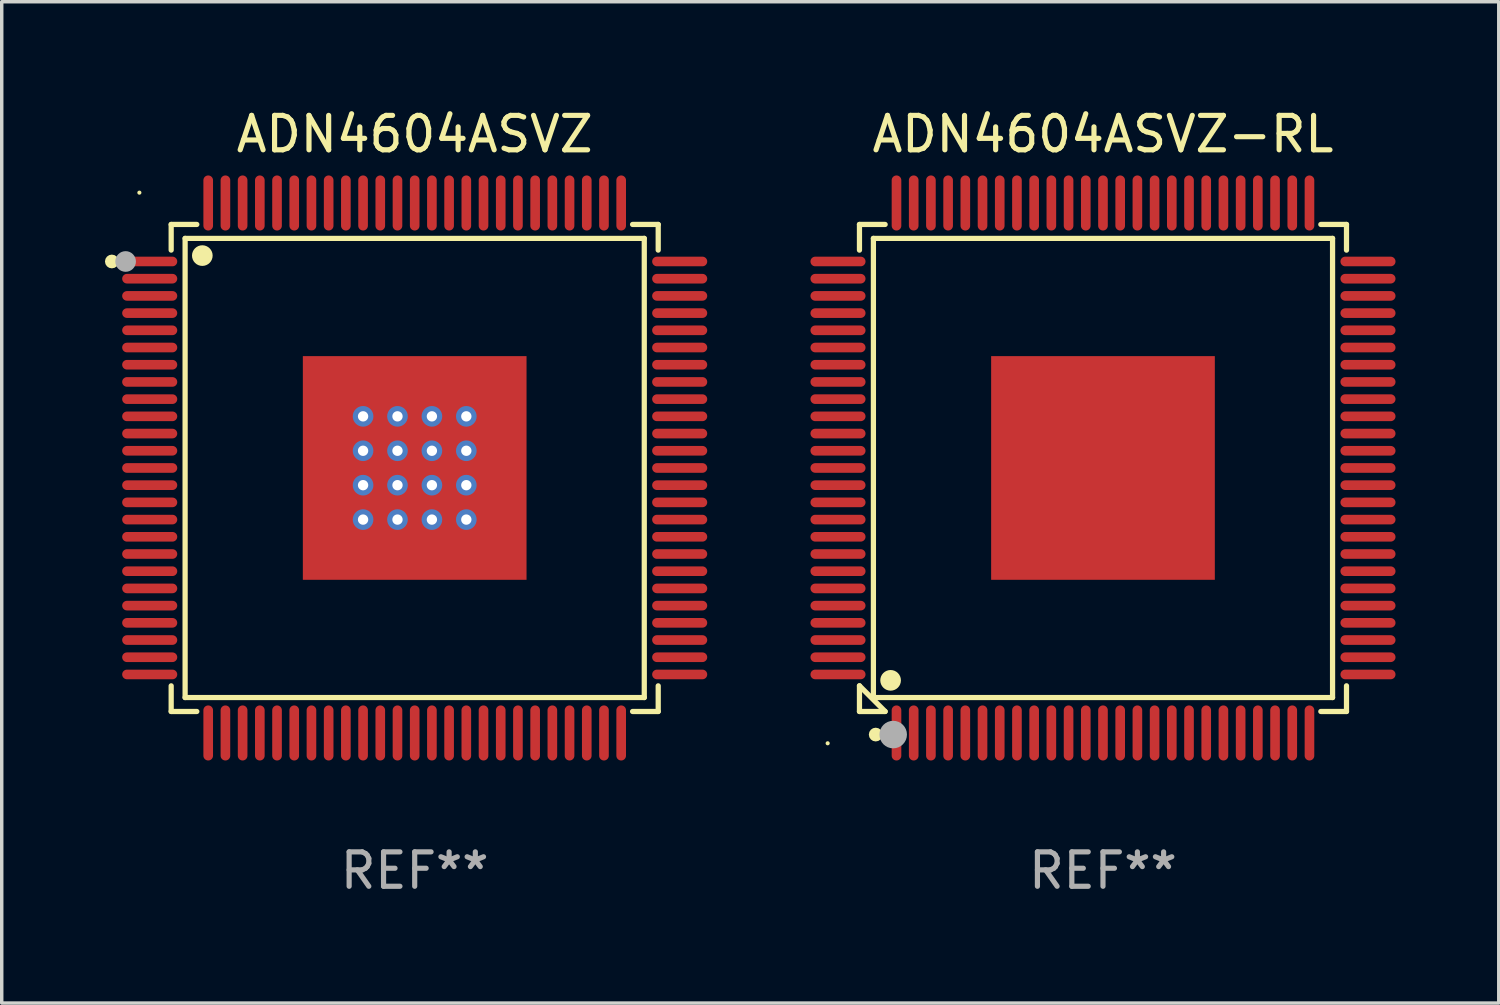
<source format=kicad_pcb>
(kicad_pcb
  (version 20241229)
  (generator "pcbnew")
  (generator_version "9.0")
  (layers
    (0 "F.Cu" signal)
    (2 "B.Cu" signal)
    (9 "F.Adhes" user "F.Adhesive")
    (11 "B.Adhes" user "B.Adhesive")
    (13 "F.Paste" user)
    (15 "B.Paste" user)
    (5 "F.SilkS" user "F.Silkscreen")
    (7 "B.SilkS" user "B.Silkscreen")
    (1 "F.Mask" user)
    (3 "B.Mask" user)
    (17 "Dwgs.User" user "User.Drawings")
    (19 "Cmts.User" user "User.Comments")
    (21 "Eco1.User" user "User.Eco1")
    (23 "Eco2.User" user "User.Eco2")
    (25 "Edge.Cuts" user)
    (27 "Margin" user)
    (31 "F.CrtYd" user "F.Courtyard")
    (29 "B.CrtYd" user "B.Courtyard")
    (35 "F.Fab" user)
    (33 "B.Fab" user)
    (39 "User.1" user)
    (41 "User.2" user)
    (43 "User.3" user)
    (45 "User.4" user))
  (footprint "ADN4604ASVZ-RL"
    (layer "F.Cu")
    (at 29 10.548)
    (property "Reference" "ADN4604ASVZ-RL" (at 0 -9.7 0) (layer "F.SilkS") (effects (font (size 1 1) (thickness 0.15))))
    (attr through_hole)
    (fp_line (start -7.076 -7.076) (end -6.33 -7.076) (stroke (width 0.152) (type solid)) (layer "F.SilkS"))
    (fp_line (start -7.076 -6.33) (end -7.076 -7.076) (stroke (width 0.152) (type solid)) (layer "F.SilkS"))
    (fp_line (start -7.076 6.33) (end -7.076 7.076) (stroke (width 0.152) (type solid)) (layer "F.SilkS"))
    (fp_line (start -7.076 7.076) (end -6.33 7.076) (stroke (width 0.152) (type solid)) (layer "F.SilkS"))
    (fp_line (start -6.671 -6.671) (end 6.671 -6.671) (stroke (width 0.152) (type solid)) (layer "F.SilkS"))
    (fp_line (start -6.671 6.671) (end -6.671 -6.671) (stroke (width 0.152) (type solid)) (layer "F.SilkS"))
    (fp_line (start -6.33 7.076) (end -7.076 6.33) (stroke (width 0.152) (type solid)) (layer "F.SilkS"))
    (fp_line (start 6.671 -6.671) (end 6.671 6.671) (stroke (width 0.152) (type solid)) (layer "F.SilkS"))
    (fp_line (start 6.671 6.671) (end -6.671 6.671) (stroke (width 0.152) (type solid)) (layer "F.SilkS"))
    (fp_line (start 7.076 -7.076) (end 6.33 -7.076) (stroke (width 0.152) (type solid)) (layer "F.SilkS"))
    (fp_line (start 7.076 -6.33) (end 7.076 -7.076) (stroke (width 0.152) (type solid)) (layer "F.SilkS"))
    (fp_line (start 7.076 6.33) (end 7.076 7.076) (stroke (width 0.152) (type solid)) (layer "F.SilkS"))
    (fp_line (start 7.076 7.076) (end 6.33 7.076) (stroke (width 0.152) (type solid)) (layer "F.SilkS"))
    (fp_circle (center -8 8) (end -7.97 8) (stroke (width 0.06) (type solid)) (fill no) (layer "F.SilkS"))
    (fp_circle (center -6.604 7.747) (end -6.504 7.747) (stroke (width 0.2) (type solid)) (fill no) (layer "F.SilkS"))
    (fp_circle (center -6.171 6.171) (end -6.021 6.171) (stroke (width 0.3) (type solid)) (fill no) (layer "F.SilkS"))
    (fp_circle (center -6.096 7.747) (end -5.896 7.747) (stroke (width 0.4) (type solid)) (fill no) (layer "F.Fab"))
    (fp_text user "REF**" (at 0 11.7 0) (layer "F.Fab") (effects (font (size 1 1) (thickness 0.15))))
    (pad "1" smd oval (at -6 7.7) (size 0.28 1.6) (layers "F.Cu" "F.Mask" "F.Paste"))
    (pad "2" smd oval (at -5.5 7.7) (size 0.28 1.6) (layers "F.Cu" "F.Mask" "F.Paste"))
    (pad "3" smd oval (at -5 7.7) (size 0.28 1.6) (layers "F.Cu" "F.Mask" "F.Paste"))
    (pad "4" smd oval (at -4.5 7.7) (size 0.28 1.6) (layers "F.Cu" "F.Mask" "F.Paste"))
    (pad "5" smd oval (at -4 7.7) (size 0.28 1.6) (layers "F.Cu" "F.Mask" "F.Paste"))
    (pad "6" smd oval (at -3.5 7.7) (size 0.28 1.6) (layers "F.Cu" "F.Mask" "F.Paste"))
    (pad "7" smd oval (at -3 7.7) (size 0.28 1.6) (layers "F.Cu" "F.Mask" "F.Paste"))
    (pad "8" smd oval (at -2.5 7.7) (size 0.28 1.6) (layers "F.Cu" "F.Mask" "F.Paste"))
    (pad "9" smd oval (at -2 7.7) (size 0.28 1.6) (layers "F.Cu" "F.Mask" "F.Paste"))
    (pad "10" smd oval (at -1.5 7.7) (size 0.28 1.6) (layers "F.Cu" "F.Mask" "F.Paste"))
    (pad "11" smd oval (at -1 7.7) (size 0.28 1.6) (layers "F.Cu" "F.Mask" "F.Paste"))
    (pad "12" smd oval (at -0.5 7.7) (size 0.28 1.6) (layers "F.Cu" "F.Mask" "F.Paste"))
    (pad "13" smd oval (at 0 7.7) (size 0.28 1.6) (layers "F.Cu" "F.Mask" "F.Paste"))
    (pad "14" smd oval (at 0.5 7.7) (size 0.28 1.6) (layers "F.Cu" "F.Mask" "F.Paste"))
    (pad "15" smd oval (at 1 7.7) (size 0.28 1.6) (layers "F.Cu" "F.Mask" "F.Paste"))
    (pad "16" smd oval (at 1.5 7.7) (size 0.28 1.6) (layers "F.Cu" "F.Mask" "F.Paste"))
    (pad "17" smd oval (at 2 7.7) (size 0.28 1.6) (layers "F.Cu" "F.Mask" "F.Paste"))
    (pad "18" smd oval (at 2.5 7.7) (size 0.28 1.6) (layers "F.Cu" "F.Mask" "F.Paste"))
    (pad "19" smd oval (at 3 7.7) (size 0.28 1.6) (layers "F.Cu" "F.Mask" "F.Paste"))
    (pad "20" smd oval (at 3.5 7.7) (size 0.28 1.6) (layers "F.Cu" "F.Mask" "F.Paste"))
    (pad "21" smd oval (at 4 7.7) (size 0.28 1.6) (layers "F.Cu" "F.Mask" "F.Paste"))
    (pad "22" smd oval (at 4.5 7.7) (size 0.28 1.6) (layers "F.Cu" "F.Mask" "F.Paste"))
    (pad "23" smd oval (at 5 7.7) (size 0.28 1.6) (layers "F.Cu" "F.Mask" "F.Paste"))
    (pad "24" smd oval (at 5.5 7.7) (size 0.28 1.6) (layers "F.Cu" "F.Mask" "F.Paste"))
    (pad "25" smd oval (at 6 7.7) (size 0.28 1.6) (layers "F.Cu" "F.Mask" "F.Paste"))
    (pad "26" smd oval (at 7.7 6) (size 1.6 0.28) (layers "F.Cu" "F.Mask" "F.Paste"))
    (pad "27" smd oval (at 7.7 5.5) (size 1.6 0.28) (layers "F.Cu" "F.Mask" "F.Paste"))
    (pad "28" smd oval (at 7.7 5) (size 1.6 0.28) (layers "F.Cu" "F.Mask" "F.Paste"))
    (pad "29" smd oval (at 7.7 4.5) (size 1.6 0.28) (layers "F.Cu" "F.Mask" "F.Paste"))
    (pad "30" smd oval (at 7.7 4) (size 1.6 0.28) (layers "F.Cu" "F.Mask" "F.Paste"))
    (pad "31" smd oval (at 7.7 3.5) (size 1.6 0.28) (layers "F.Cu" "F.Mask" "F.Paste"))
    (pad "32" smd oval (at 7.7 3) (size 1.6 0.28) (layers "F.Cu" "F.Mask" "F.Paste"))
    (pad "33" smd oval (at 7.7 2.5) (size 1.6 0.28) (layers "F.Cu" "F.Mask" "F.Paste"))
    (pad "34" smd oval (at 7.7 2) (size 1.6 0.28) (layers "F.Cu" "F.Mask" "F.Paste"))
    (pad "35" smd oval (at 7.7 1.5) (size 1.6 0.28) (layers "F.Cu" "F.Mask" "F.Paste"))
    (pad "36" smd oval (at 7.7 1) (size 1.6 0.28) (layers "F.Cu" "F.Mask" "F.Paste"))
    (pad "37" smd oval (at 7.7 0.5) (size 1.6 0.28) (layers "F.Cu" "F.Mask" "F.Paste"))
    (pad "38" smd oval (at 7.7 0) (size 1.6 0.28) (layers "F.Cu" "F.Mask" "F.Paste"))
    (pad "39" smd oval (at 7.7 -0.5) (size 1.6 0.28) (layers "F.Cu" "F.Mask" "F.Paste"))
    (pad "40" smd oval (at 7.7 -1) (size 1.6 0.28) (layers "F.Cu" "F.Mask" "F.Paste"))
    (pad "41" smd oval (at 7.7 -1.5) (size 1.6 0.28) (layers "F.Cu" "F.Mask" "F.Paste"))
    (pad "42" smd oval (at 7.7 -2) (size 1.6 0.28) (layers "F.Cu" "F.Mask" "F.Paste"))
    (pad "43" smd oval (at 7.7 -2.5) (size 1.6 0.28) (layers "F.Cu" "F.Mask" "F.Paste"))
    (pad "44" smd oval (at 7.7 -3) (size 1.6 0.28) (layers "F.Cu" "F.Mask" "F.Paste"))
    (pad "45" smd oval (at 7.7 -3.5) (size 1.6 0.28) (layers "F.Cu" "F.Mask" "F.Paste"))
    (pad "46" smd oval (at 7.7 -4) (size 1.6 0.28) (layers "F.Cu" "F.Mask" "F.Paste"))
    (pad "47" smd oval (at 7.7 -4.5) (size 1.6 0.28) (layers "F.Cu" "F.Mask" "F.Paste"))
    (pad "48" smd oval (at 7.7 -5) (size 1.6 0.28) (layers "F.Cu" "F.Mask" "F.Paste"))
    (pad "49" smd oval (at 7.7 -5.5) (size 1.6 0.28) (layers "F.Cu" "F.Mask" "F.Paste"))
    (pad "50" smd oval (at 7.7 -6) (size 1.6 0.28) (layers "F.Cu" "F.Mask" "F.Paste"))
    (pad "51" smd oval (at 6 -7.7) (size 0.28 1.6) (layers "F.Cu" "F.Mask" "F.Paste"))
    (pad "52" smd oval (at 5.5 -7.7) (size 0.28 1.6) (layers "F.Cu" "F.Mask" "F.Paste"))
    (pad "53" smd oval (at 5 -7.7) (size 0.28 1.6) (layers "F.Cu" "F.Mask" "F.Paste"))
    (pad "54" smd oval (at 4.5 -7.7) (size 0.28 1.6) (layers "F.Cu" "F.Mask" "F.Paste"))
    (pad "55" smd oval (at 4 -7.7) (size 0.28 1.6) (layers "F.Cu" "F.Mask" "F.Paste"))
    (pad "56" smd oval (at 3.5 -7.7) (size 0.28 1.6) (layers "F.Cu" "F.Mask" "F.Paste"))
    (pad "57" smd oval (at 3 -7.7) (size 0.28 1.6) (layers "F.Cu" "F.Mask" "F.Paste"))
    (pad "58" smd oval (at 2.5 -7.7) (size 0.28 1.6) (layers "F.Cu" "F.Mask" "F.Paste"))
    (pad "59" smd oval (at 2 -7.7) (size 0.28 1.6) (layers "F.Cu" "F.Mask" "F.Paste"))
    (pad "60" smd oval (at 1.5 -7.7) (size 0.28 1.6) (layers "F.Cu" "F.Mask" "F.Paste"))
    (pad "61" smd oval (at 1 -7.7) (size 0.28 1.6) (layers "F.Cu" "F.Mask" "F.Paste"))
    (pad "62" smd oval (at 0.5 -7.7) (size 0.28 1.6) (layers "F.Cu" "F.Mask" "F.Paste"))
    (pad "63" smd oval (at 0 -7.7) (size 0.28 1.6) (layers "F.Cu" "F.Mask" "F.Paste"))
    (pad "64" smd oval (at -0.5 -7.7) (size 0.28 1.6) (layers "F.Cu" "F.Mask" "F.Paste"))
    (pad "65" smd oval (at -1 -7.7) (size 0.28 1.6) (layers "F.Cu" "F.Mask" "F.Paste"))
    (pad "66" smd oval (at -1.5 -7.7) (size 0.28 1.6) (layers "F.Cu" "F.Mask" "F.Paste"))
    (pad "67" smd oval (at -2 -7.7) (size 0.28 1.6) (layers "F.Cu" "F.Mask" "F.Paste"))
    (pad "68" smd oval (at -2.5 -7.7) (size 0.28 1.6) (layers "F.Cu" "F.Mask" "F.Paste"))
    (pad "69" smd oval (at -3 -7.7) (size 0.28 1.6) (layers "F.Cu" "F.Mask" "F.Paste"))
    (pad "70" smd oval (at -3.5 -7.7) (size 0.28 1.6) (layers "F.Cu" "F.Mask" "F.Paste"))
    (pad "71" smd oval (at -4 -7.7) (size 0.28 1.6) (layers "F.Cu" "F.Mask" "F.Paste"))
    (pad "72" smd oval (at -4.5 -7.7) (size 0.28 1.6) (layers "F.Cu" "F.Mask" "F.Paste"))
    (pad "73" smd oval (at -5 -7.7) (size 0.28 1.6) (layers "F.Cu" "F.Mask" "F.Paste"))
    (pad "74" smd oval (at -5.5 -7.7) (size 0.28 1.6) (layers "F.Cu" "F.Mask" "F.Paste"))
    (pad "75" smd oval (at -6 -7.7) (size 0.28 1.6) (layers "F.Cu" "F.Mask" "F.Paste"))
    (pad "76" smd oval (at -7.7 -6) (size 1.6 0.28) (layers "F.Cu" "F.Mask" "F.Paste"))
    (pad "77" smd oval (at -7.7 -5.5) (size 1.6 0.28) (layers "F.Cu" "F.Mask" "F.Paste"))
    (pad "78" smd oval (at -7.7 -5) (size 1.6 0.28) (layers "F.Cu" "F.Mask" "F.Paste"))
    (pad "79" smd oval (at -7.7 -4.5) (size 1.6 0.28) (layers "F.Cu" "F.Mask" "F.Paste"))
    (pad "80" smd oval (at -7.7 -4) (size 1.6 0.28) (layers "F.Cu" "F.Mask" "F.Paste"))
    (pad "81" smd oval (at -7.7 -3.5) (size 1.6 0.28) (layers "F.Cu" "F.Mask" "F.Paste"))
    (pad "82" smd oval (at -7.7 -3) (size 1.6 0.28) (layers "F.Cu" "F.Mask" "F.Paste"))
    (pad "83" smd oval (at -7.7 -2.5) (size 1.6 0.28) (layers "F.Cu" "F.Mask" "F.Paste"))
    (pad "84" smd oval (at -7.7 -2) (size 1.6 0.28) (layers "F.Cu" "F.Mask" "F.Paste"))
    (pad "85" smd oval (at -7.7 -1.5) (size 1.6 0.28) (layers "F.Cu" "F.Mask" "F.Paste"))
    (pad "86" smd oval (at -7.7 -1) (size 1.6 0.28) (layers "F.Cu" "F.Mask" "F.Paste"))
    (pad "87" smd oval (at -7.7 -0.5) (size 1.6 0.28) (layers "F.Cu" "F.Mask" "F.Paste"))
    (pad "88" smd oval (at -7.7 0) (size 1.6 0.28) (layers "F.Cu" "F.Mask" "F.Paste"))
    (pad "89" smd oval (at -7.7 0.5) (size 1.6 0.28) (layers "F.Cu" "F.Mask" "F.Paste"))
    (pad "90" smd oval (at -7.7 1) (size 1.6 0.28) (layers "F.Cu" "F.Mask" "F.Paste"))
    (pad "91" smd oval (at -7.7 1.5) (size 1.6 0.28) (layers "F.Cu" "F.Mask" "F.Paste"))
    (pad "92" smd oval (at -7.7 2) (size 1.6 0.28) (layers "F.Cu" "F.Mask" "F.Paste"))
    (pad "93" smd oval (at -7.7 2.5) (size 1.6 0.28) (layers "F.Cu" "F.Mask" "F.Paste"))
    (pad "94" smd oval (at -7.7 3) (size 1.6 0.28) (layers "F.Cu" "F.Mask" "F.Paste"))
    (pad "95" smd oval (at -7.7 3.5) (size 1.6 0.28) (layers "F.Cu" "F.Mask" "F.Paste"))
    (pad "96" smd oval (at -7.7 4) (size 1.6 0.28) (layers "F.Cu" "F.Mask" "F.Paste"))
    (pad "97" smd oval (at -7.7 4.5) (size 1.6 0.28) (layers "F.Cu" "F.Mask" "F.Paste"))
    (pad "98" smd oval (at -7.7 5) (size 1.6 0.28) (layers "F.Cu" "F.Mask" "F.Paste"))
    (pad "99" smd oval (at -7.7 5.5) (size 1.6 0.28) (layers "F.Cu" "F.Mask" "F.Paste"))
    (pad "100" smd oval (at -7.7 6) (size 1.6 0.28) (layers "F.Cu" "F.Mask" "F.Paste"))
    (pad "101" smd rect (at 0 0) (size 6.5 6.5) (layers "F.Cu" "F.Mask" "F.Paste")))
  (footprint "ADN4604ASVZ"
    (layer "F.Cu")
    (at 9 10.548)
    (property "Reference" "ADN4604ASVZ" (at 0 -9.7 0) (layer "F.SilkS") (effects (font (size 1 1) (thickness 0.15))))
    (attr through_hole)
    (fp_line (start -7.076 -7.076) (end -7.076 -6.331) (stroke (width 0.152) (type solid)) (layer "F.SilkS"))
    (fp_line (start -7.076 7.076) (end -7.076 6.331) (stroke (width 0.152) (type solid)) (layer "F.SilkS"))
    (fp_line (start -6.671 -6.671) (end 6.671 -6.671) (stroke (width 0.152) (type solid)) (layer "F.SilkS"))
    (fp_line (start -6.671 6.671) (end -6.671 -6.671) (stroke (width 0.152) (type solid)) (layer "F.SilkS"))
    (fp_line (start -6.331 -7.076) (end -7.076 -7.076) (stroke (width 0.152) (type solid)) (layer "F.SilkS"))
    (fp_line (start -6.331 7.076) (end -7.076 7.076) (stroke (width 0.152) (type solid)) (layer "F.SilkS"))
    (fp_line (start 6.331 -7.076) (end 7.076 -7.076) (stroke (width 0.152) (type solid)) (layer "F.SilkS"))
    (fp_line (start 6.331 7.076) (end 7.076 7.076) (stroke (width 0.152) (type solid)) (layer "F.SilkS"))
    (fp_line (start 6.671 -6.671) (end 6.671 6.671) (stroke (width 0.152) (type solid)) (layer "F.SilkS"))
    (fp_line (start 6.671 6.671) (end -6.671 6.671) (stroke (width 0.152) (type solid)) (layer "F.SilkS"))
    (fp_line (start 7.076 -7.076) (end 7.076 -6.331) (stroke (width 0.152) (type solid)) (layer "F.SilkS"))
    (fp_line (start 7.076 7.076) (end 7.076 6.331) (stroke (width 0.152) (type solid)) (layer "F.SilkS"))
    (fp_circle (center -8.8 -6) (end -8.7 -6) (stroke (width 0.2) (type solid)) (fill no) (layer "F.SilkS"))
    (fp_circle (center -8 -8) (end -7.97 -8) (stroke (width 0.06) (type solid)) (fill no) (layer "F.SilkS"))
    (fp_circle (center -6.171 -6.171) (end -6.021 -6.171) (stroke (width 0.3) (type solid)) (fill no) (layer "F.SilkS"))
    (fp_circle (center -8.4 -6) (end -8.25 -6) (stroke (width 0.3) (type solid)) (fill no) (layer "F.Fab"))
    (fp_text user "REF**" (at 0 11.7 0) (layer "F.Fab") (effects (font (size 1 1) (thickness 0.15))))
    (pad "1" smd oval (at -7.7 -6 270) (size 0.28 1.6) (layers "F.Cu" "F.Mask" "F.Paste"))
    (pad "2" smd oval (at -7.7 -5.5 270) (size 0.28 1.6) (layers "F.Cu" "F.Mask" "F.Paste"))
    (pad "3" smd oval (at -7.7 -5 270) (size 0.28 1.6) (layers "F.Cu" "F.Mask" "F.Paste"))
    (pad "4" smd oval (at -7.7 -4.5 270) (size 0.28 1.6) (layers "F.Cu" "F.Mask" "F.Paste"))
    (pad "5" smd oval (at -7.7 -4 270) (size 0.28 1.6) (layers "F.Cu" "F.Mask" "F.Paste"))
    (pad "6" smd oval (at -7.7 -3.5 270) (size 0.28 1.6) (layers "F.Cu" "F.Mask" "F.Paste"))
    (pad "7" smd oval (at -7.7 -3 270) (size 0.28 1.6) (layers "F.Cu" "F.Mask" "F.Paste"))
    (pad "8" smd oval (at -7.7 -2.5 270) (size 0.28 1.6) (layers "F.Cu" "F.Mask" "F.Paste"))
    (pad "9" smd oval (at -7.7 -2 270) (size 0.28 1.6) (layers "F.Cu" "F.Mask" "F.Paste"))
    (pad "10" smd oval (at -7.7 -1.5 270) (size 0.28 1.6) (layers "F.Cu" "F.Mask" "F.Paste"))
    (pad "11" smd oval (at -7.7 -1 270) (size 0.28 1.6) (layers "F.Cu" "F.Mask" "F.Paste"))
    (pad "12" smd oval (at -7.7 -0.5 270) (size 0.28 1.6) (layers "F.Cu" "F.Mask" "F.Paste"))
    (pad "13" smd oval (at -7.7 0 270) (size 0.28 1.6) (layers "F.Cu" "F.Mask" "F.Paste"))
    (pad "14" smd oval (at -7.7 0.5 270) (size 0.28 1.6) (layers "F.Cu" "F.Mask" "F.Paste"))
    (pad "15" smd oval (at -7.7 1 270) (size 0.28 1.6) (layers "F.Cu" "F.Mask" "F.Paste"))
    (pad "16" smd oval (at -7.7 1.5 270) (size 0.28 1.6) (layers "F.Cu" "F.Mask" "F.Paste"))
    (pad "17" smd oval (at -7.7 2 270) (size 0.28 1.6) (layers "F.Cu" "F.Mask" "F.Paste"))
    (pad "18" smd oval (at -7.7 2.5 270) (size 0.28 1.6) (layers "F.Cu" "F.Mask" "F.Paste"))
    (pad "19" smd oval (at -7.7 3 270) (size 0.28 1.6) (layers "F.Cu" "F.Mask" "F.Paste"))
    (pad "20" smd oval (at -7.7 3.5 270) (size 0.28 1.6) (layers "F.Cu" "F.Mask" "F.Paste"))
    (pad "21" smd oval (at -7.7 4 270) (size 0.28 1.6) (layers "F.Cu" "F.Mask" "F.Paste"))
    (pad "22" smd oval (at -7.7 4.5 270) (size 0.28 1.6) (layers "F.Cu" "F.Mask" "F.Paste"))
    (pad "23" smd oval (at -7.7 5 270) (size 0.28 1.6) (layers "F.Cu" "F.Mask" "F.Paste"))
    (pad "24" smd oval (at -7.7 5.5 270) (size 0.28 1.6) (layers "F.Cu" "F.Mask" "F.Paste"))
    (pad "25" smd oval (at -7.7 6 270) (size 0.28 1.6) (layers "F.Cu" "F.Mask" "F.Paste"))
    (pad "26" smd oval (at -6 7.7 270) (size 1.6 0.28) (layers "F.Cu" "F.Mask" "F.Paste"))
    (pad "27" smd oval (at -5.5 7.7 270) (size 1.6 0.28) (layers "F.Cu" "F.Mask" "F.Paste"))
    (pad "28" smd oval (at -5 7.7 270) (size 1.6 0.28) (layers "F.Cu" "F.Mask" "F.Paste"))
    (pad "29" smd oval (at -4.5 7.7 270) (size 1.6 0.28) (layers "F.Cu" "F.Mask" "F.Paste"))
    (pad "30" smd oval (at -4 7.7 270) (size 1.6 0.28) (layers "F.Cu" "F.Mask" "F.Paste"))
    (pad "31" smd oval (at -3.5 7.7 270) (size 1.6 0.28) (layers "F.Cu" "F.Mask" "F.Paste"))
    (pad "32" smd oval (at -3 7.7 270) (size 1.6 0.28) (layers "F.Cu" "F.Mask" "F.Paste"))
    (pad "33" smd oval (at -2.5 7.7 270) (size 1.6 0.28) (layers "F.Cu" "F.Mask" "F.Paste"))
    (pad "34" smd oval (at -2 7.7 270) (size 1.6 0.28) (layers "F.Cu" "F.Mask" "F.Paste"))
    (pad "35" smd oval (at -1.5 7.7 270) (size 1.6 0.28) (layers "F.Cu" "F.Mask" "F.Paste"))
    (pad "36" smd oval (at -1 7.7 270) (size 1.6 0.28) (layers "F.Cu" "F.Mask" "F.Paste"))
    (pad "37" smd oval (at -0.5 7.7 270) (size 1.6 0.28) (layers "F.Cu" "F.Mask" "F.Paste"))
    (pad "38" smd oval (at 0 7.7 270) (size 1.6 0.28) (layers "F.Cu" "F.Mask" "F.Paste"))
    (pad "39" smd oval (at 0.5 7.7 270) (size 1.6 0.28) (layers "F.Cu" "F.Mask" "F.Paste"))
    (pad "40" smd oval (at 1 7.7 270) (size 1.6 0.28) (layers "F.Cu" "F.Mask" "F.Paste"))
    (pad "41" smd oval (at 1.5 7.7 270) (size 1.6 0.28) (layers "F.Cu" "F.Mask" "F.Paste"))
    (pad "42" smd oval (at 2 7.7 270) (size 1.6 0.28) (layers "F.Cu" "F.Mask" "F.Paste"))
    (pad "43" smd oval (at 2.5 7.7 270) (size 1.6 0.28) (layers "F.Cu" "F.Mask" "F.Paste"))
    (pad "44" smd oval (at 3 7.7 270) (size 1.6 0.28) (layers "F.Cu" "F.Mask" "F.Paste"))
    (pad "45" smd oval (at 3.5 7.7 270) (size 1.6 0.28) (layers "F.Cu" "F.Mask" "F.Paste"))
    (pad "46" smd oval (at 4 7.7 270) (size 1.6 0.28) (layers "F.Cu" "F.Mask" "F.Paste"))
    (pad "47" smd oval (at 4.5 7.7 270) (size 1.6 0.28) (layers "F.Cu" "F.Mask" "F.Paste"))
    (pad "48" smd oval (at 5 7.7 270) (size 1.6 0.28) (layers "F.Cu" "F.Mask" "F.Paste"))
    (pad "49" smd oval (at 5.5 7.7 270) (size 1.6 0.28) (layers "F.Cu" "F.Mask" "F.Paste"))
    (pad "50" smd oval (at 6 7.7 270) (size 1.6 0.28) (layers "F.Cu" "F.Mask" "F.Paste"))
    (pad "51" smd oval (at 7.7 6 270) (size 0.28 1.6) (layers "F.Cu" "F.Mask" "F.Paste"))
    (pad "52" smd oval (at 7.7 5.5 270) (size 0.28 1.6) (layers "F.Cu" "F.Mask" "F.Paste"))
    (pad "53" smd oval (at 7.7 5 270) (size 0.28 1.6) (layers "F.Cu" "F.Mask" "F.Paste"))
    (pad "54" smd oval (at 7.7 4.5 270) (size 0.28 1.6) (layers "F.Cu" "F.Mask" "F.Paste"))
    (pad "55" smd oval (at 7.7 4 270) (size 0.28 1.6) (layers "F.Cu" "F.Mask" "F.Paste"))
    (pad "56" smd oval (at 7.7 3.5 270) (size 0.28 1.6) (layers "F.Cu" "F.Mask" "F.Paste"))
    (pad "57" smd oval (at 7.7 3 270) (size 0.28 1.6) (layers "F.Cu" "F.Mask" "F.Paste"))
    (pad "58" smd oval (at 7.7 2.5 270) (size 0.28 1.6) (layers "F.Cu" "F.Mask" "F.Paste"))
    (pad "59" smd oval (at 7.7 2 270) (size 0.28 1.6) (layers "F.Cu" "F.Mask" "F.Paste"))
    (pad "60" smd oval (at 7.7 1.5 270) (size 0.28 1.6) (layers "F.Cu" "F.Mask" "F.Paste"))
    (pad "61" smd oval (at 7.7 1 270) (size 0.28 1.6) (layers "F.Cu" "F.Mask" "F.Paste"))
    (pad "62" smd oval (at 7.7 0.5 270) (size 0.28 1.6) (layers "F.Cu" "F.Mask" "F.Paste"))
    (pad "63" smd oval (at 7.7 0 270) (size 0.28 1.6) (layers "F.Cu" "F.Mask" "F.Paste"))
    (pad "64" smd oval (at 7.7 -0.5 270) (size 0.28 1.6) (layers "F.Cu" "F.Mask" "F.Paste"))
    (pad "65" smd oval (at 7.7 -1 270) (size 0.28 1.6) (layers "F.Cu" "F.Mask" "F.Paste"))
    (pad "66" smd oval (at 7.7 -1.5 270) (size 0.28 1.6) (layers "F.Cu" "F.Mask" "F.Paste"))
    (pad "67" smd oval (at 7.7 -2 270) (size 0.28 1.6) (layers "F.Cu" "F.Mask" "F.Paste"))
    (pad "68" smd oval (at 7.7 -2.5 270) (size 0.28 1.6) (layers "F.Cu" "F.Mask" "F.Paste"))
    (pad "69" smd oval (at 7.7 -3 270) (size 0.28 1.6) (layers "F.Cu" "F.Mask" "F.Paste"))
    (pad "70" smd oval (at 7.7 -3.5 270) (size 0.28 1.6) (layers "F.Cu" "F.Mask" "F.Paste"))
    (pad "71" smd oval (at 7.7 -4 270) (size 0.28 1.6) (layers "F.Cu" "F.Mask" "F.Paste"))
    (pad "72" smd oval (at 7.7 -4.5 270) (size 0.28 1.6) (layers "F.Cu" "F.Mask" "F.Paste"))
    (pad "73" smd oval (at 7.7 -5 270) (size 0.28 1.6) (layers "F.Cu" "F.Mask" "F.Paste"))
    (pad "74" smd oval (at 7.7 -5.5 270) (size 0.28 1.6) (layers "F.Cu" "F.Mask" "F.Paste"))
    (pad "75" smd oval (at 7.7 -6 270) (size 0.28 1.6) (layers "F.Cu" "F.Mask" "F.Paste"))
    (pad "76" smd oval (at 6 -7.7 270) (size 1.6 0.28) (layers "F.Cu" "F.Mask" "F.Paste"))
    (pad "77" smd oval (at 5.5 -7.7 270) (size 1.6 0.28) (layers "F.Cu" "F.Mask" "F.Paste"))
    (pad "78" smd oval (at 5 -7.7 270) (size 1.6 0.28) (layers "F.Cu" "F.Mask" "F.Paste"))
    (pad "79" smd oval (at 4.5 -7.7 270) (size 1.6 0.28) (layers "F.Cu" "F.Mask" "F.Paste"))
    (pad "80" smd oval (at 4 -7.7 270) (size 1.6 0.28) (layers "F.Cu" "F.Mask" "F.Paste"))
    (pad "81" smd oval (at 3.5 -7.7 270) (size 1.6 0.28) (layers "F.Cu" "F.Mask" "F.Paste"))
    (pad "82" smd oval (at 3 -7.7 270) (size 1.6 0.28) (layers "F.Cu" "F.Mask" "F.Paste"))
    (pad "83" smd oval (at 2.5 -7.7 270) (size 1.6 0.28) (layers "F.Cu" "F.Mask" "F.Paste"))
    (pad "84" smd oval (at 2 -7.7 270) (size 1.6 0.28) (layers "F.Cu" "F.Mask" "F.Paste"))
    (pad "85" smd oval (at 1.5 -7.7 270) (size 1.6 0.28) (layers "F.Cu" "F.Mask" "F.Paste"))
    (pad "86" smd oval (at 1 -7.7 270) (size 1.6 0.28) (layers "F.Cu" "F.Mask" "F.Paste"))
    (pad "87" smd oval (at 0.5 -7.7 270) (size 1.6 0.28) (layers "F.Cu" "F.Mask" "F.Paste"))
    (pad "88" smd oval (at 0 -7.7 270) (size 1.6 0.28) (layers "F.Cu" "F.Mask" "F.Paste"))
    (pad "89" smd oval (at -0.5 -7.7 270) (size 1.6 0.28) (layers "F.Cu" "F.Mask" "F.Paste"))
    (pad "90" smd oval (at -1 -7.7 270) (size 1.6 0.28) (layers "F.Cu" "F.Mask" "F.Paste"))
    (pad "91" smd oval (at -1.5 -7.7 270) (size 1.6 0.28) (layers "F.Cu" "F.Mask" "F.Paste"))
    (pad "92" smd oval (at -2 -7.7 270) (size 1.6 0.28) (layers "F.Cu" "F.Mask" "F.Paste"))
    (pad "93" smd oval (at -2.5 -7.7 270) (size 1.6 0.28) (layers "F.Cu" "F.Mask" "F.Paste"))
    (pad "94" smd oval (at -3 -7.7 270) (size 1.6 0.28) (layers "F.Cu" "F.Mask" "F.Paste"))
    (pad "95" smd oval (at -3.5 -7.7 270) (size 1.6 0.28) (layers "F.Cu" "F.Mask" "F.Paste"))
    (pad "96" smd oval (at -4 -7.7 270) (size 1.6 0.28) (layers "F.Cu" "F.Mask" "F.Paste"))
    (pad "97" smd oval (at -4.5 -7.7 270) (size 1.6 0.28) (layers "F.Cu" "F.Mask" "F.Paste"))
    (pad "98" smd oval (at -5 -7.7 270) (size 1.6 0.28) (layers "F.Cu" "F.Mask" "F.Paste"))
    (pad "99" smd oval (at -5.5 -7.7 270) (size 1.6 0.28) (layers "F.Cu" "F.Mask" "F.Paste"))
    (pad "100" smd oval (at -6 -7.7 270) (size 1.6 0.28) (layers "F.Cu" "F.Mask" "F.Paste"))
    (pad "101" thru_hole circle (at -1.5 -1.5) (size 0.6 0.6) (drill 0.3) (layers "*.Cu" "*.Mask"))
    (pad "101" thru_hole circle (at -1.5 -0.5) (size 0.6 0.6) (drill 0.3) (layers "*.Cu" "*.Mask"))
    (pad "101" thru_hole circle (at -1.5 0.5) (size 0.6 0.6) (drill 0.3) (layers "*.Cu" "*.Mask"))
    (pad "101" thru_hole circle (at -1.5 1.5) (size 0.6 0.6) (drill 0.3) (layers "*.Cu" "*.Mask"))
    (pad "101" thru_hole circle (at -0.5 -1.5) (size 0.6 0.6) (drill 0.3) (layers "*.Cu" "*.Mask"))
    (pad "101" thru_hole circle (at -0.5 -0.5) (size 0.6 0.6) (drill 0.3) (layers "*.Cu" "*.Mask"))
    (pad "101" thru_hole circle (at -0.5 0.5) (size 0.6 0.6) (drill 0.3) (layers "*.Cu" "*.Mask"))
    (pad "101" thru_hole circle (at -0.5 1.5) (size 0.6 0.6) (drill 0.3) (layers "*.Cu" "*.Mask"))
    (pad "101" smd rect (at 0 0) (size 6.5 6.5) (layers "F.Cu" "F.Mask" "F.Paste"))
    (pad "101" thru_hole circle (at 0.5 -1.5) (size 0.6 0.6) (drill 0.3) (layers "*.Cu" "*.Mask"))
    (pad "101" thru_hole circle (at 0.5 -0.5) (size 0.6 0.6) (drill 0.3) (layers "*.Cu" "*.Mask"))
    (pad "101" thru_hole circle (at 0.5 0.5) (size 0.6 0.6) (drill 0.3) (layers "*.Cu" "*.Mask"))
    (pad "101" thru_hole circle (at 0.5 1.5) (size 0.6 0.6) (drill 0.3) (layers "*.Cu" "*.Mask"))
    (pad "101" thru_hole circle (at 1.5 -1.5) (size 0.6 0.6) (drill 0.3) (layers "*.Cu" "*.Mask"))
    (pad "101" thru_hole circle (at 1.5 -0.5) (size 0.6 0.6) (drill 0.3) (layers "*.Cu" "*.Mask"))
    (pad "101" thru_hole circle (at 1.5 0.5) (size 0.6 0.6) (drill 0.3) (layers "*.Cu" "*.Mask"))
    (pad "101" thru_hole circle (at 1.5 1.5) (size 0.6 0.6) (drill 0.3) (layers "*.Cu" "*.Mask")))
  (gr_rect
    (start -3 -3)
    (end 40.5 26.097)
    (stroke (width 0.1) (type default))
    (fill no)
    (layer "Edge.Cuts")))
</source>
